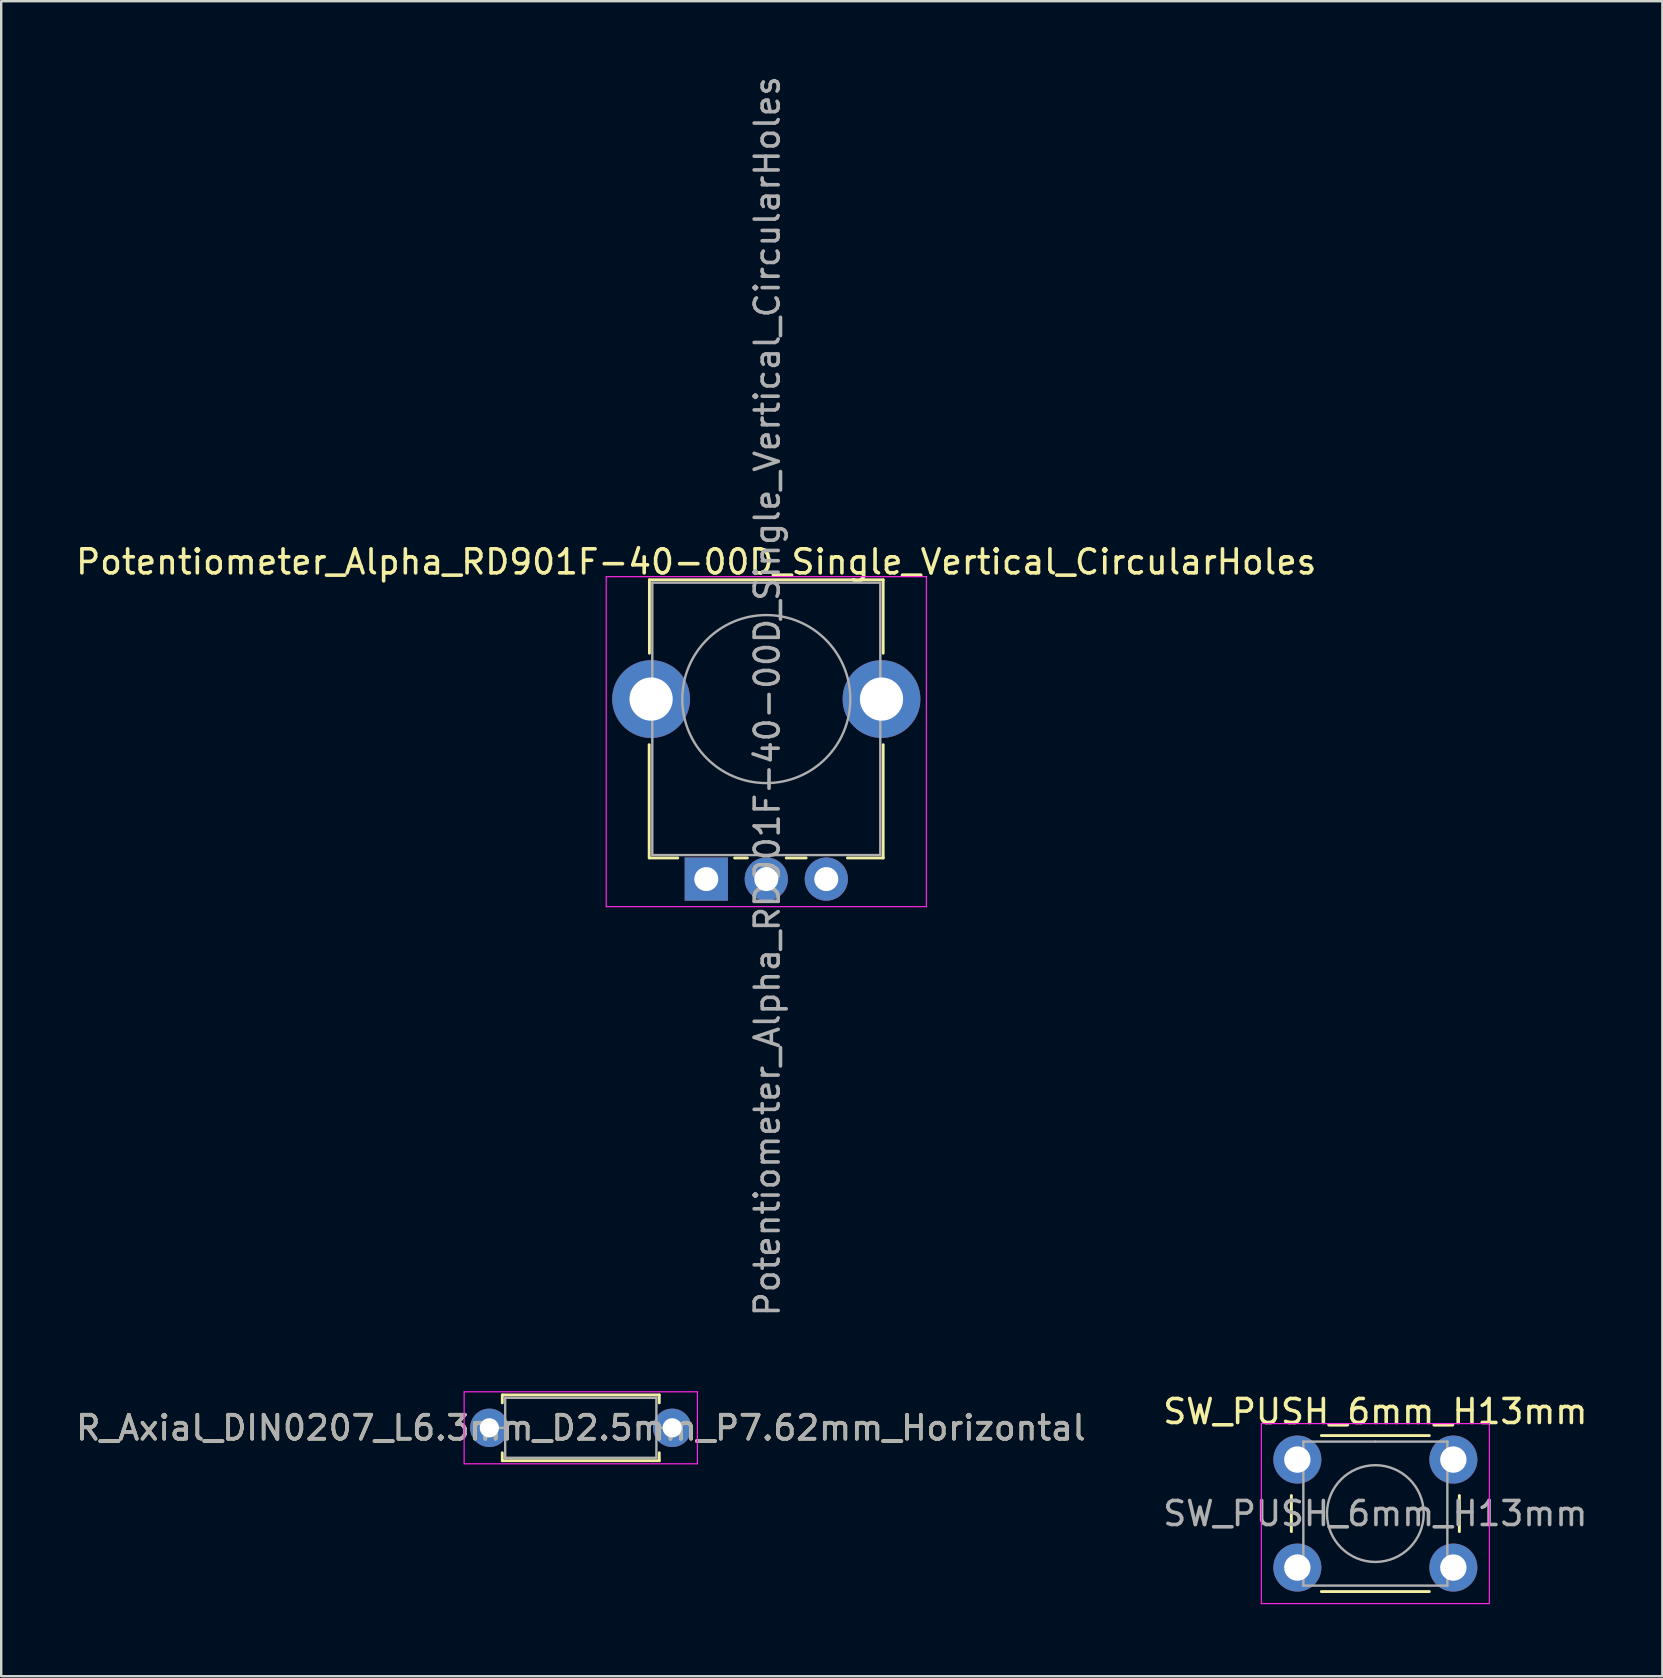
<source format=kicad_pcb>
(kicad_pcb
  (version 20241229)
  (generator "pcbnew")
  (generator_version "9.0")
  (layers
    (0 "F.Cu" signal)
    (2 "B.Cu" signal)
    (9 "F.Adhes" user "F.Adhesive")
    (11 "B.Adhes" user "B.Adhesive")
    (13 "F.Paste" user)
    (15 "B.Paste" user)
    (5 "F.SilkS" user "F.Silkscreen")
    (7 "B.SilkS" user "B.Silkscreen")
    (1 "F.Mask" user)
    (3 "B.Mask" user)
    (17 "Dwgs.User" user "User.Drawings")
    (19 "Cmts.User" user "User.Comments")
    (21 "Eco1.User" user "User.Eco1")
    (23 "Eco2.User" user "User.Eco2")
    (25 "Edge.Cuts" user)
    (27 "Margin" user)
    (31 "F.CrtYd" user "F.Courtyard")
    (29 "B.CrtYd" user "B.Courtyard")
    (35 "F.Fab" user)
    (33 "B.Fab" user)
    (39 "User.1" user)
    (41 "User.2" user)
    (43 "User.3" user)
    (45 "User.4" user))
  (footprint "SW_PUSH_6mm_H13mm"
    (layer "F.Cu")
    (at 54.256 60.015)
    (property "Reference" "SW_PUSH_6mm_H13mm" (at 0 -4.25 0) (layer "F.SilkS") (effects (font (size 1 1) (thickness 0.15))))
    (attr through_hole)
    (fp_line (start -3.5 -0.75) (end -3.5 0.75) (stroke (width 0.12) (type solid)) (layer "F.SilkS"))
    (fp_line (start -2.25 3.25) (end 2.25 3.25) (stroke (width 0.12) (type solid)) (layer "F.SilkS"))
    (fp_line (start 2.25 -3.25) (end -2.25 -3.25) (stroke (width 0.12) (type solid)) (layer "F.SilkS"))
    (fp_line (start 3.5 0.75) (end 3.5 -0.75) (stroke (width 0.12) (type solid)) (layer "F.SilkS"))
    (fp_line (start -4.75 -3.75) (end -4.5 -3.75) (stroke (width 0.05) (type solid)) (layer "F.CrtYd"))
    (fp_line (start -4.75 -3.5) (end -4.75 -3.75) (stroke (width 0.05) (type solid)) (layer "F.CrtYd"))
    (fp_line (start -4.75 3.5) (end -4.75 -3.5) (stroke (width 0.05) (type solid)) (layer "F.CrtYd"))
    (fp_line (start -4.75 3.5) (end -4.75 3.75) (stroke (width 0.05) (type solid)) (layer "F.CrtYd"))
    (fp_line (start -4.75 3.75) (end -4.5 3.75) (stroke (width 0.05) (type solid)) (layer "F.CrtYd"))
    (fp_line (start -4.5 -3.75) (end 4.5 -3.75) (stroke (width 0.05) (type solid)) (layer "F.CrtYd"))
    (fp_line (start 4.5 -3.75) (end 4.75 -3.75) (stroke (width 0.05) (type solid)) (layer "F.CrtYd"))
    (fp_line (start 4.5 3.75) (end -4.5 3.75) (stroke (width 0.05) (type solid)) (layer "F.CrtYd"))
    (fp_line (start 4.5 3.75) (end 4.75 3.75) (stroke (width 0.05) (type solid)) (layer "F.CrtYd"))
    (fp_line (start 4.75 -3.75) (end 4.75 -3.5) (stroke (width 0.05) (type solid)) (layer "F.CrtYd"))
    (fp_line (start 4.75 -3.5) (end 4.75 3.5) (stroke (width 0.05) (type solid)) (layer "F.CrtYd"))
    (fp_line (start 4.75 3.75) (end 4.75 3.5) (stroke (width 0.05) (type solid)) (layer "F.CrtYd"))
    (fp_line (start -3 -3) (end 0 -3) (stroke (width 0.1) (type solid)) (layer "F.Fab"))
    (fp_line (start -3 3) (end -3 -3) (stroke (width 0.1) (type solid)) (layer "F.Fab"))
    (fp_line (start 0 -3) (end 3 -3) (stroke (width 0.1) (type solid)) (layer "F.Fab"))
    (fp_line (start 3 -3) (end 3 3) (stroke (width 0.1) (type solid)) (layer "F.Fab"))
    (fp_line (start 3 3) (end -3 3) (stroke (width 0.1) (type solid)) (layer "F.Fab"))
    (fp_circle (center 0 0) (end -2 0.25) (stroke (width 0.1) (type solid)) (fill no) (layer "F.Fab"))
    (fp_text user "${REFERENCE}" (at 0 0 0) (layer "F.Fab") (effects (font (size 1 1) (thickness 0.15))))
    (pad "1" thru_hole circle (at -3.25 -2.25 90) (size 2 2) (drill 1.1) (layers "*.Cu" "*.Mask"))
    (pad "1" thru_hole circle (at 3.25 -2.25 90) (size 2 2) (drill 1.1) (layers "*.Cu" "*.Mask"))
    (pad "2" thru_hole circle (at -3.25 2.25 90) (size 2 2) (drill 1.1) (layers "*.Cu" "*.Mask"))
    (pad "2" thru_hole circle (at 3.25 2.25 90) (size 2 2) (drill 1.1) (layers "*.Cu" "*.Mask")))
  (footprint "Potentiometer_Alpha_RD901F-40-00D_Single_Vertical_CircularHoles"
    (layer "F.Cu")
    (at 28.879 26.078)
    (property "Reference" "Potentiometer_Alpha_RD901F-40-00D_Single_Vertical_CircularHoles" (at -2.921 -5.715 0) (layer "F.SilkS") (effects (font (size 1 1) (thickness 0.15))))
    (attr through_hole)
    (fp_line (start -4.88 6.62) (end -4.88 1.9) (stroke (width 0.12) (type solid)) (layer "F.SilkS"))
    (fp_line (start -4.87 -1.91) (end -4.87 -4.97) (stroke (width 0.12) (type solid)) (layer "F.SilkS"))
    (fp_line (start -3.69 6.62) (end -4.87 6.62) (stroke (width 0.12) (type solid)) (layer "F.SilkS"))
    (fp_line (start -0.79 6.62) (end -1.32 6.62) (stroke (width 0.12) (type solid)) (layer "F.SilkS"))
    (fp_line (start 1.66 6.62) (end 0.83 6.62) (stroke (width 0.12) (type solid)) (layer "F.SilkS"))
    (fp_line (start 4.87 -4.97) (end -4.87 -4.97) (stroke (width 0.12) (type solid)) (layer "F.SilkS"))
    (fp_line (start 4.87 -1.91) (end 4.87 -4.97) (stroke (width 0.12) (type solid)) (layer "F.SilkS"))
    (fp_line (start 4.87 6.62) (end 3.38 6.62) (stroke (width 0.12) (type solid)) (layer "F.SilkS"))
    (fp_line (start 4.87 6.62) (end 4.87 1.9) (stroke (width 0.12) (type solid)) (layer "F.SilkS"))
    (fp_line (start -6.67 -5.1) (end -6.67 8.65) (stroke (width 0.05) (type solid)) (layer "F.CrtYd"))
    (fp_line (start -6.67 8.65) (end 6.67 8.65) (stroke (width 0.05) (type solid)) (layer "F.CrtYd"))
    (fp_line (start 6.67 -5.1) (end -6.67 -5.1) (stroke (width 0.05) (type solid)) (layer "F.CrtYd"))
    (fp_line (start 6.67 8.65) (end 6.67 -5.1) (stroke (width 0.05) (type solid)) (layer "F.CrtYd"))
    (fp_line (start -4.75 6.5) (end -4.75 -4.85) (stroke (width 0.1) (type solid)) (layer "F.Fab"))
    (fp_line (start 4.75 -4.85) (end -4.75 -4.85) (stroke (width 0.1) (type solid)) (layer "F.Fab"))
    (fp_line (start 4.75 6.5) (end -4.75 6.5) (stroke (width 0.1) (type solid)) (layer "F.Fab"))
    (fp_line (start 4.75 6.5) (end 4.75 -4.85) (stroke (width 0.1) (type solid)) (layer "F.Fab"))
    (fp_circle (center 0 0) (end -3.5 0) (stroke (width 0.1) (type solid)) (fill no) (layer "F.Fab"))
    (fp_text user "${REFERENCE}" (at 0.04 -0.12 90) (layer "F.Fab") (effects (font (size 1 1) (thickness 0.15))))
    (pad "" thru_hole circle (at -4.8 0 180) (size 3.24 3.24) (drill 1.8) (layers "*.Cu" "*.Mask"))
    (pad "" thru_hole circle (at 4.8 0 180) (size 3.24 3.24) (drill 1.8) (layers "*.Cu" "*.Mask"))
    (pad "1" thru_hole rect (at -2.5 7.5 180) (size 1.8 1.8) (drill 1) (layers "*.Cu" "*.Mask"))
    (pad "2" thru_hole circle (at 0 7.5 180) (size 1.8 1.8) (drill 1) (layers "*.Cu" "*.Mask"))
    (pad "3" thru_hole circle (at 2.5 7.5 180) (size 1.8 1.8) (drill 1) (layers "*.Cu" "*.Mask")))
  (footprint "R_Axial_DIN0207_L6.3mm_D2.5mm_P7.62mm_Horizontal"
    (layer "F.Cu")
    (at 17.339 56.442)
    (property "Reference" "R_Axial_DIN0207_L6.3mm_D2.5mm_P7.62mm_Horizontal" (at 3.81 0 0) (layer "F.SilkS") (effects (font (size 1 1) (thickness 0.15))))
    (attr through_hole)
    (fp_line (start 0.54 -1.37) (end 7.08 -1.37) (stroke (width 0.12) (type solid)) (layer "F.SilkS"))
    (fp_line (start 0.54 -1.04) (end 0.54 -1.37) (stroke (width 0.12) (type solid)) (layer "F.SilkS"))
    (fp_line (start 0.54 1.04) (end 0.54 1.37) (stroke (width 0.12) (type solid)) (layer "F.SilkS"))
    (fp_line (start 0.54 1.37) (end 7.08 1.37) (stroke (width 0.12) (type solid)) (layer "F.SilkS"))
    (fp_line (start 7.08 -1.37) (end 7.08 -1.04) (stroke (width 0.12) (type solid)) (layer "F.SilkS"))
    (fp_line (start 7.08 1.37) (end 7.08 1.04) (stroke (width 0.12) (type solid)) (layer "F.SilkS"))
    (fp_line (start -1.05 -1.5) (end -1.05 1.5) (stroke (width 0.05) (type solid)) (layer "F.CrtYd"))
    (fp_line (start -1.05 1.5) (end 8.67 1.5) (stroke (width 0.05) (type solid)) (layer "F.CrtYd"))
    (fp_line (start 8.67 -1.5) (end -1.05 -1.5) (stroke (width 0.05) (type solid)) (layer "F.CrtYd"))
    (fp_line (start 8.67 1.5) (end 8.67 -1.5) (stroke (width 0.05) (type solid)) (layer "F.CrtYd"))
    (fp_line (start 0 0) (end 0.66 0) (stroke (width 0.1) (type solid)) (layer "F.Fab"))
    (fp_line (start 0.66 -1.25) (end 0.66 1.25) (stroke (width 0.1) (type solid)) (layer "F.Fab"))
    (fp_line (start 0.66 1.25) (end 6.96 1.25) (stroke (width 0.1) (type solid)) (layer "F.Fab"))
    (fp_line (start 6.96 -1.25) (end 0.66 -1.25) (stroke (width 0.1) (type solid)) (layer "F.Fab"))
    (fp_line (start 6.96 1.25) (end 6.96 -1.25) (stroke (width 0.1) (type solid)) (layer "F.Fab"))
    (fp_line (start 7.62 0) (end 6.96 0) (stroke (width 0.1) (type solid)) (layer "F.Fab"))
    (fp_text user "${REFERENCE}" (at 3.81 0 0) (layer "F.Fab") (effects (font (size 1 1) (thickness 0.15))))
    (pad "1" thru_hole circle (at 0 0) (size 1.6 1.6) (drill 0.8) (layers "*.Cu" "*.Mask"))
    (pad "2" thru_hole oval (at 7.62 0) (size 1.6 1.6) (drill 0.8) (layers "*.Cu" "*.Mask")))
  (gr_rect
    (start -3 -3)
    (end 66.214 66.79)
    (stroke (width 0.1) (type default))
    (fill no)
    (layer "Edge.Cuts")))
</source>
